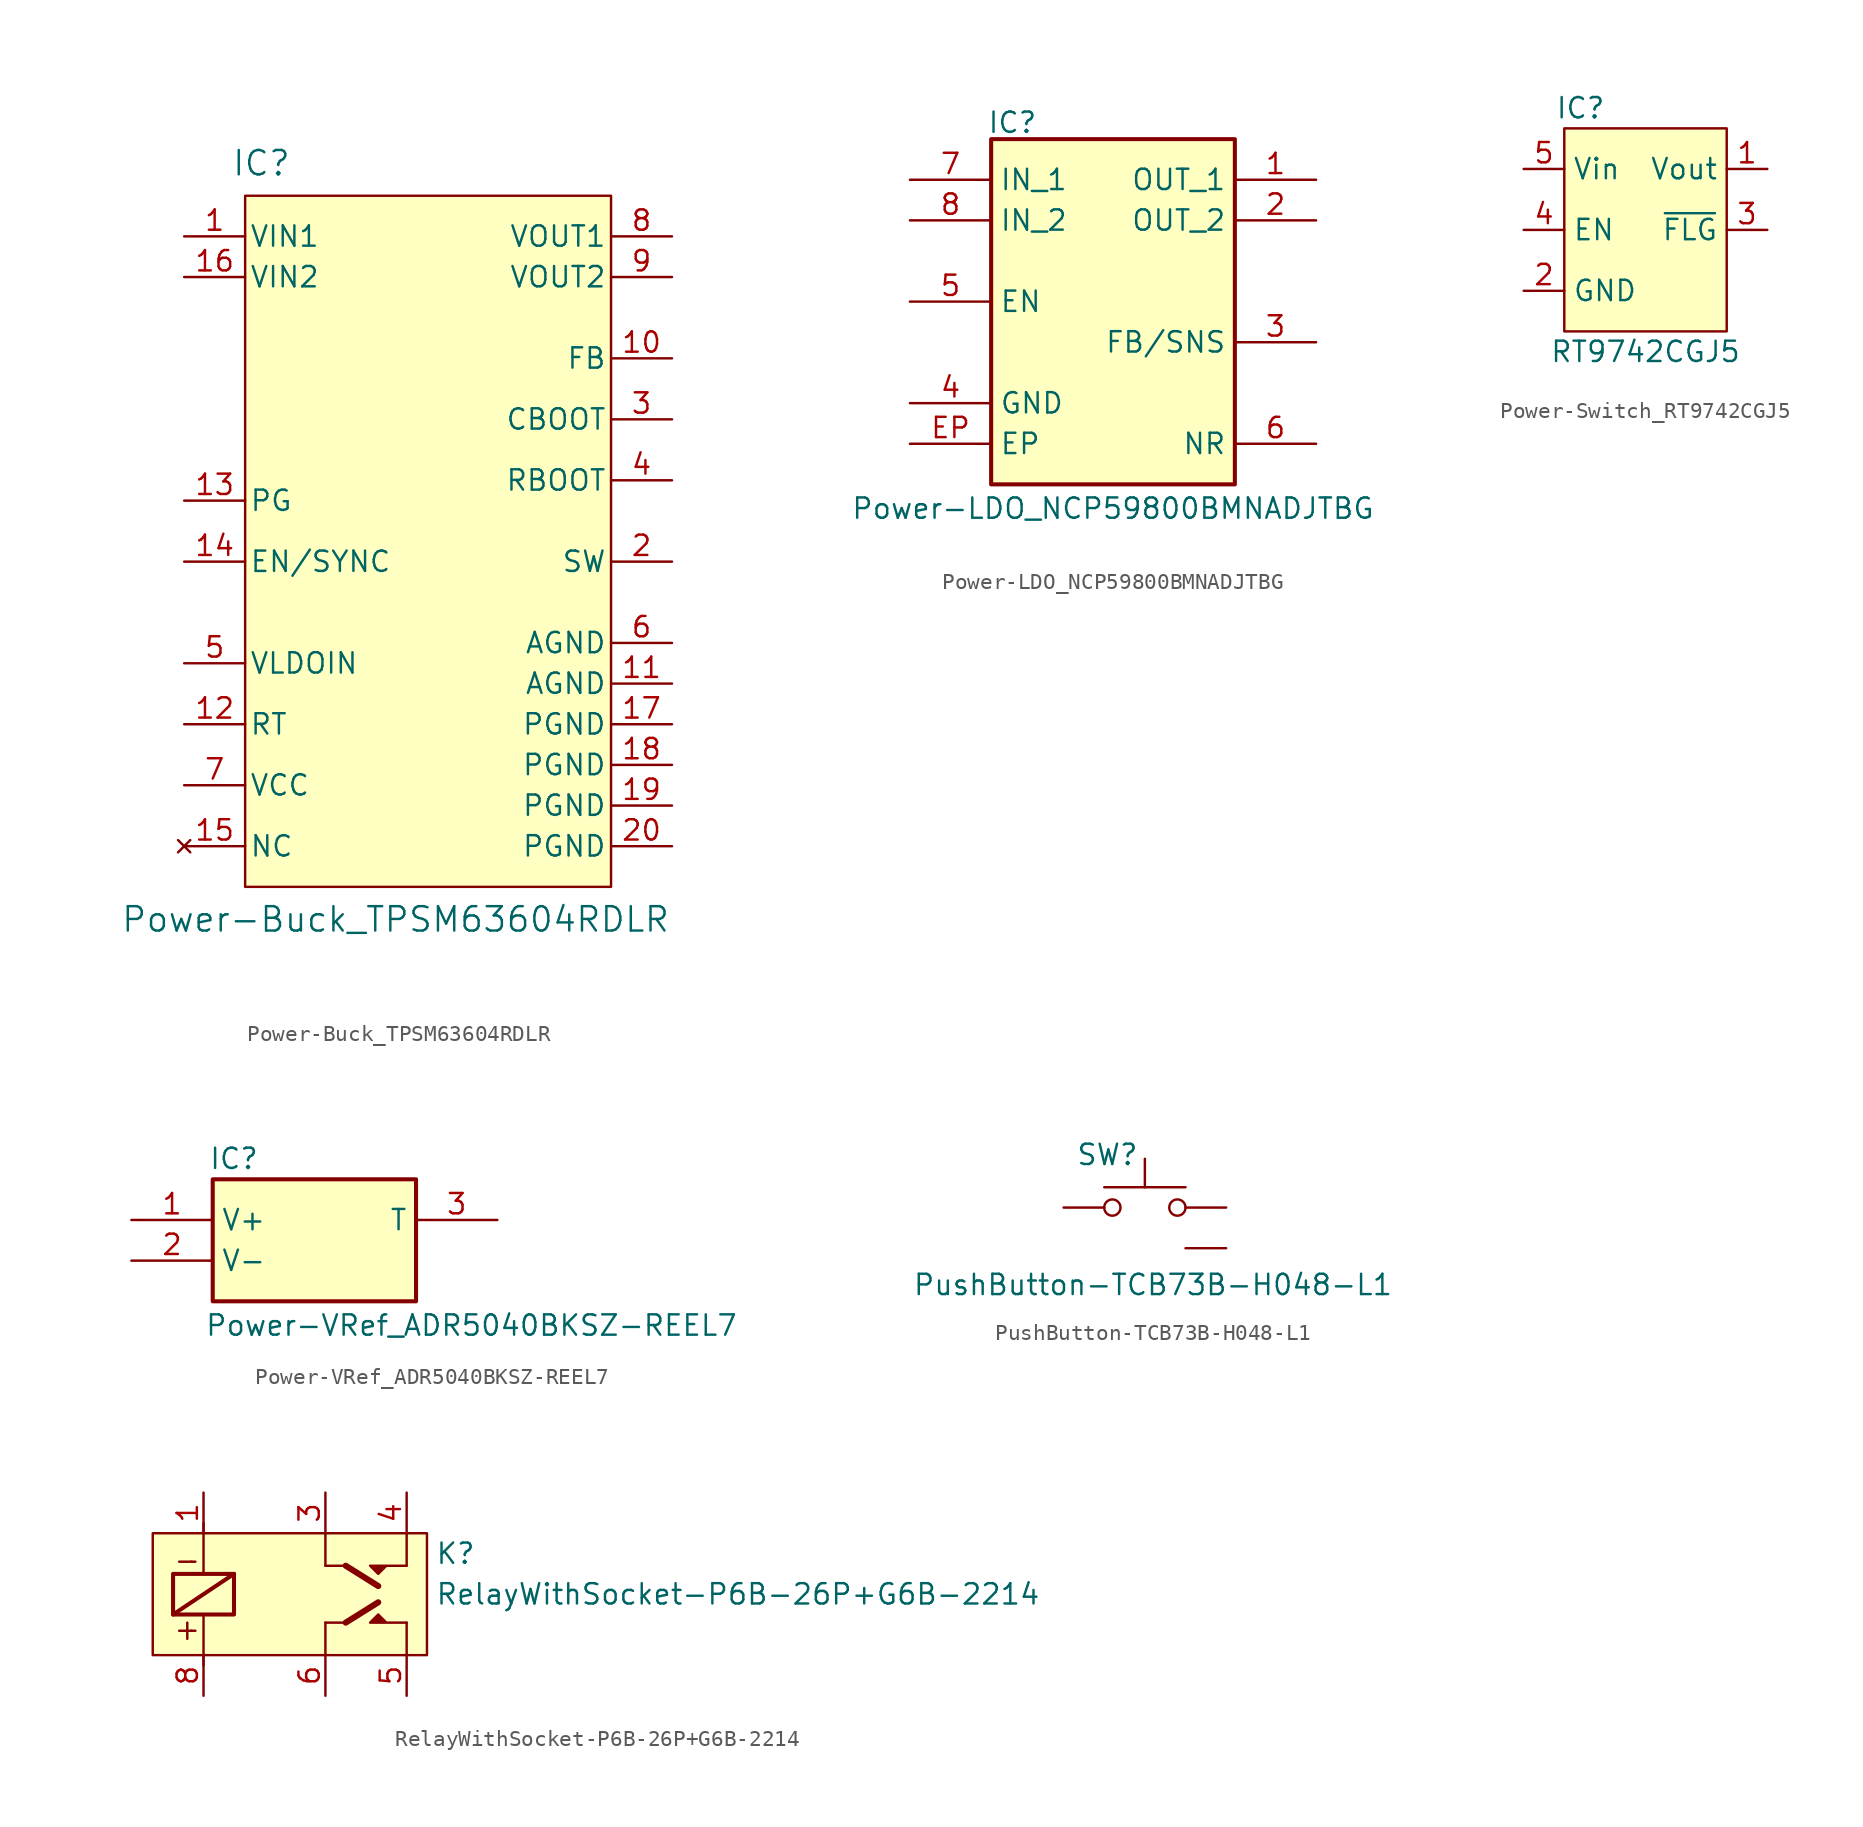
<source format=kicad_sym>
(kicad_symbol_lib
  (version 20231120)
  (generator "kicad_symbol_editor")
  (generator_version "8.0")
  (symbol "Power-Buck_TPSM63604RDLR"
    (pin_names
      (offset 0.254))
    (property "Reference" "IC"
      (at -10.414 23.622 0)
      (effects (font (size 1.524 1.524))))
    (property "Value" "Power-Buck_TPSM63604RDLR"
      (at -2.032 -23.622 0)
      (effects (font (size 1.524 1.524))))
    (symbol "Power-Buck_TPSM63604RDLR_0_1"
      (pin input line (at 15.24 11.43 180) (length 3.81) (name "FB" (effects (font (size 1.27 1.27)))) (number "10" (effects (font (size 1.27 1.27)))))
      (pin power_out line (at 15.24 -8.89 180) (length 3.81) (name "AGND" (effects (font (size 1.27 1.27)))) (number "11" (effects (font (size 1.27 1.27)))))
      (pin input line (at -15.24 -11.43 0) (length 3.81) (name "RT" (effects (font (size 1.27 1.27)))) (number "12" (effects (font (size 1.27 1.27)))))
      (pin output line (at -15.24 2.54 0) (length 3.81) (name "PG" (effects (font (size 1.27 1.27)))) (number "13" (effects (font (size 1.27 1.27)))))
      (pin input line (at -15.24 -1.27 0) (length 3.81) (name "EN/SYNC" (effects (font (size 1.27 1.27)))) (number "14" (effects (font (size 1.27 1.27)))))
      (pin no_connect line (at -15.24 -19.05 0) (length 3.81) (name "NC" (effects (font (size 1.27 1.27)))) (number "15" (effects (font (size 1.27 1.27)))))
      (pin input line (at -15.24 16.51 0) (length 3.81) (name "VIN2" (effects (font (size 1.27 1.27)))) (number "16" (effects (font (size 1.27 1.27)))))
      (pin power_out line (at 15.24 -11.43 180) (length 3.81) (name "PGND" (effects (font (size 1.27 1.27)))) (number "17" (effects (font (size 1.27 1.27)))))
      (pin power_out line (at 15.24 -13.97 180) (length 3.81) (name "PGND" (effects (font (size 1.27 1.27)))) (number "18" (effects (font (size 1.27 1.27)))))
      (pin power_out line (at 15.24 -16.51 180) (length 3.81) (name "PGND" (effects (font (size 1.27 1.27)))) (number "19" (effects (font (size 1.27 1.27)))))
      (pin output line (at 15.24 -1.27 180) (length 3.81) (name "SW" (effects (font (size 1.27 1.27)))) (number "2" (effects (font (size 1.27 1.27)))))
      (pin power_out line (at 15.24 -19.05 180) (length 3.81) (name "PGND" (effects (font (size 1.27 1.27)))) (number "20" (effects (font (size 1.27 1.27)))))
      (pin bidirectional line (at 15.24 7.62 180) (length 3.81) (name "CBOOT" (effects (font (size 1.27 1.27)))) (number "3" (effects (font (size 1.27 1.27)))))
      (pin bidirectional line (at 15.24 3.81 180) (length 3.81) (name "RBOOT" (effects (font (size 1.27 1.27)))) (number "4" (effects (font (size 1.27 1.27)))))
      (pin power_in line (at -15.24 -7.62 0) (length 3.81) (name "VLDOIN" (effects (font (size 1.27 1.27)))) (number "5" (effects (font (size 1.27 1.27)))))
      (pin power_out line (at 15.24 -6.35 180) (length 3.81) (name "AGND" (effects (font (size 1.27 1.27)))) (number "6" (effects (font (size 1.27 1.27)))))
      (pin power_in line (at -15.24 -15.24 0) (length 3.81) (name "VCC" (effects (font (size 1.27 1.27)))) (number "7" (effects (font (size 1.27 1.27)))))
      (pin output line (at 15.24 19.05 180) (length 3.81) (name "VOUT1" (effects (font (size 1.27 1.27)))) (number "8" (effects (font (size 1.27 1.27)))))
      (pin output line (at 15.24 16.51 180) (length 3.81) (name "VOUT2" (effects (font (size 1.27 1.27)))) (number "9" (effects (font (size 1.27 1.27))))))
    (symbol "Power-Buck_TPSM63604RDLR_1_1"
      (rectangle (start -11.43 21.59) (end 11.43 -21.59) (stroke (width 0) (type default)) (fill (type background)))
      (pin input line (at -15.24 19.05 0) (length 3.81) (name "VIN1" (effects (font (size 1.27 1.27)))) (number "1" (effects (font (size 1.27 1.27)))))))
  (symbol "Power-LDO_NCP59800BMNADJTBG"
    (property "Reference" "IC"
      (at -7.874 13.208 0)
      (effects (font (size 1.27 1.27)) (justify left top)))
    (property "Value" "Power-LDO_NCP59800BMNADJTBG"
      (at 0 -10.922 0)
      (effects (font (size 1.27 1.27)) (justify top)))
    (symbol "Power-LDO_NCP59800BMNADJTBG_1_1"
      (rectangle (start -7.62 11.43) (end 7.62 -10.16) (stroke (width 0.254) (type default)) (fill (type background)))
      (pin passive line (at 12.7 8.89 180) (length 5.08) (name "OUT_1" (effects (font (size 1.27 1.27)))) (number "1" (effects (font (size 1.27 1.27)))))
      (pin passive line (at 12.7 6.35 180) (length 5.08) (name "OUT_2" (effects (font (size 1.27 1.27)))) (number "2" (effects (font (size 1.27 1.27)))))
      (pin passive line (at 12.7 -1.27 180) (length 5.08) (name "FB/SNS" (effects (font (size 1.27 1.27)))) (number "3" (effects (font (size 1.27 1.27)))))
      (pin passive line (at -12.7 -5.08 0) (length 5.08) (name "GND" (effects (font (size 1.27 1.27)))) (number "4" (effects (font (size 1.27 1.27)))))
      (pin passive line (at -12.7 1.27 0) (length 5.08) (name "EN" (effects (font (size 1.27 1.27)))) (number "5" (effects (font (size 1.27 1.27)))))
      (pin passive line (at 12.7 -7.62 180) (length 5.08) (name "NR" (effects (font (size 1.27 1.27)))) (number "6" (effects (font (size 1.27 1.27)))))
      (pin passive line (at -12.7 8.89 0) (length 5.08) (name "IN_1" (effects (font (size 1.27 1.27)))) (number "7" (effects (font (size 1.27 1.27)))))
      (pin passive line (at -12.7 6.35 0) (length 5.08) (name "IN_2" (effects (font (size 1.27 1.27)))) (number "8" (effects (font (size 1.27 1.27)))))
      (pin passive line (at -12.7 -7.62 0) (length 5.08) (name "EP" (effects (font (size 1.27 1.27)))) (number "EP" (effects (font (size 1.27 1.27)))))))
  (symbol "Power-Switch_RT9742CGJ5"
    (property "Reference" "IC"
      (at -4.064 7.62 0)
      (effects (font (size 1.27 1.27))))
    (property "Value" "RT9742CGJ5"
      (at 0 -7.62 0)
      (effects (font (size 1.27 1.27))))
    (symbol "Power-Switch_RT9742CGJ5_1_1"
      (rectangle (start -5.08 6.35) (end 5.08 -6.35) (stroke (width 0) (type default)) (fill (type background)))
      (pin power_out line (at 7.62 3.81 180) (length 2.54) (name "Vout" (effects (font (size 1.27 1.27)))) (number "1" (effects (font (size 1.27 1.27)))))
      (pin power_in line (at -7.62 -3.81 0) (length 2.54) (name "GND" (effects (font (size 1.27 1.27)))) (number "2" (effects (font (size 1.27 1.27)))))
      (pin open_collector line (at 7.62 0 180) (length 2.54) (name "~{FLG}" (effects (font (size 1.27 1.27)))) (number "3" (effects (font (size 1.27 1.27)))))
      (pin input line (at -7.62 0 0) (length 2.54) (name "EN" (effects (font (size 1.27 1.27)))) (number "4" (effects (font (size 1.27 1.27)))))
      (pin power_in line (at -7.62 3.81 0) (length 2.54) (name "Vin" (effects (font (size 1.27 1.27)))) (number "5" (effects (font (size 1.27 1.27)))))))
  (symbol "Power-VRef_ADR5040BKSZ-REEL7"
    (property "Reference" "IC"
      (at -6.604 5.842 0)
      (effects (font (size 1.27 1.27)) (justify left top)))
    (property "Value" "Power-VRef_ADR5040BKSZ-REEL7"
      (at -6.858 -4.572 0)
      (effects (font (size 1.27 1.27)) (justify left top)))
    (symbol "Power-VRef_ADR5040BKSZ-REEL7_1_1"
      (rectangle (start -6.35 3.81) (end 6.35 -3.81) (stroke (width 0.254) (type default)) (fill (type background)))
      (pin passive line (at -11.43 1.27 0) (length 5.08) (name "V+" (effects (font (size 1.27 1.27)))) (number "1" (effects (font (size 1.27 1.27)))))
      (pin passive line (at -11.43 -1.27 0) (length 5.08) (name "V-" (effects (font (size 1.27 1.27)))) (number "2" (effects (font (size 1.27 1.27)))))
      (pin passive line (at 11.43 1.27 180) (length 5.08) (name "T" (effects (font (size 1.27 1.27)))) (number "3" (effects (font (size 1.27 1.27)))))))
  (symbol "PushButton-TCB73B-H048-L1"
    (pin_numbers hide)
    (pin_names
      (offset 1.016) hide)
    (property "Reference" "SW"
      (at -4.318 3.302 0)
      (effects (font (size 1.27 1.27)) (justify left)))
    (property "Value" "PushButton-TCB73B-H048-L1"
      (at 0.508 -4.826 0)
      (effects (font (size 1.27 1.27))))
    (symbol "PushButton-TCB73B-H048-L1_0_1"
      (circle (center -2.032 0) (radius 0.508) (stroke (width 0) (type default)) (fill (type none)))
      (polyline (pts (xy 0 1.27) (xy 0 3.048)) (stroke (width 0) (type default)) (fill (type none)))
      (polyline (pts (xy 2.54 1.27) (xy -2.54 1.27)) (stroke (width 0) (type default)) (fill (type none)))
      (circle (center 2.032 0) (radius 0.508) (stroke (width 0) (type default)) (fill (type none)))
      (pin passive line (at -5.08 0 0) (length 2.54) (name "1" (effects (font (size 1.27 1.27)))) (number "1" (effects (font (size 1.27 1.27)))))
      (pin passive line (at 5.08 0 180) (length 2.54) (name "2" (effects (font (size 1.27 1.27)))) (number "2" (effects (font (size 1.27 1.27)))))
      (pin passive line (at 5.08 -2.54 180) (length 2.54) (name "3" (effects (font (size 1.27 1.27)))) (number "3" (effects (font (size 1.27 1.27)))))))
  (symbol "RelayWithSocket-P6B-26P+G6B-2214"
    (property "Reference" "K"
      (at 8.128 2.54 0)
      (effects (font (size 1.27 1.27)) (justify left)))
    (property "Value" "RelayWithSocket-P6B-26P+G6B-2214"
      (at 8.128 0 0)
      (effects (font (size 1.27 1.27)) (justify left)))
    (symbol "RelayWithSocket-P6B-26P+G6B-2214_0_1"
      (rectangle (start -8.255 1.27) (end -4.445 -1.27) (stroke (width 0.254) (type default)) (fill (type none)))
      (polyline (pts (xy -8.255 -1.27) (xy -4.445 1.27)) (stroke (width 0.254) (type default)) (fill (type none)))
      (polyline (pts (xy -7.874 -2.286) (xy -7.112 -2.286)) (stroke (width 0) (type default)) (fill (type none)))
      (polyline (pts (xy -7.874 2.032) (xy -7.112 2.032)) (stroke (width 0) (type default)) (fill (type none)))
      (polyline (pts (xy -7.366 -1.778) (xy -7.366 -2.794)) (stroke (width 0) (type default)) (fill (type none)))
      (polyline (pts (xy -7.112 -2.286) (xy -6.858 -2.286)) (stroke (width 0) (type default)) (fill (type none)))
      (polyline (pts (xy -7.112 2.032) (xy -6.858 2.032)) (stroke (width 0) (type default)) (fill (type none)))
      (polyline (pts (xy -6.35 -4.445) (xy -6.35 -1.27)) (stroke (width 0) (type default)) (fill (type none)))
      (polyline (pts (xy -6.35 4.445) (xy -6.35 1.27)) (stroke (width 0) (type default)) (fill (type none)))
      (polyline (pts (xy 1.27 -3.81) (xy 1.27 -1.778)) (stroke (width 0) (type default)) (fill (type none)))
      (polyline (pts (xy 1.27 3.81) (xy 1.27 1.778)) (stroke (width 0) (type default)) (fill (type none)))
      (polyline (pts (xy 2.54 -1.778) (xy 1.27 -1.778)) (stroke (width 0) (type default)) (fill (type none)))
      (polyline (pts (xy 2.54 -1.778) (xy 4.572 -0.508)) (stroke (width 0.381) (type default)) (fill (type none)))
      (polyline (pts (xy 2.54 1.778) (xy 1.27 1.778)) (stroke (width 0) (type default)) (fill (type none)))
      (polyline (pts (xy 2.54 1.778) (xy 4.572 0.508)) (stroke (width 0.381) (type default)) (fill (type none)))
      (polyline (pts (xy 6.35 -3.81) (xy 6.35 -1.778)) (stroke (width 0) (type default)) (fill (type none)))
      (polyline (pts (xy 6.35 3.81) (xy 6.35 1.778)) (stroke (width 0) (type default)) (fill (type none))))
    (symbol "RelayWithSocket-P6B-26P+G6B-2214_1_1"
      (rectangle (start -9.525 3.81) (end 7.62 -3.81) (stroke (width 0) (type default)) (fill (type background)))
      (polyline (pts (xy 6.35 -1.778) (xy 4.064 -1.778) (xy 4.572 -1.27) (xy 5.08 -1.778)) (stroke (width 0) (type default)) (fill (type outline)))
      (polyline (pts (xy 6.35 1.778) (xy 4.064 1.778) (xy 4.572 1.27) (xy 5.08 1.778)) (stroke (width 0) (type default)) (fill (type outline)))
      (pin passive line (at -6.35 6.35 270) (length 2.54) (name "~" (effects (font (size 1.27 1.27)))) (number "1" (effects (font (size 1.27 1.27)))))
      (pin passive line (at 1.27 6.35 270) (length 2.54) (name "~" (effects (font (size 1.27 1.27)))) (number "3" (effects (font (size 1.27 1.27)))))
      (pin passive line (at 6.35 6.35 270) (length 2.54) (name "~" (effects (font (size 1.27 1.27)))) (number "4" (effects (font (size 1.27 1.27)))))
      (pin passive line (at 6.35 -6.35 90) (length 2.54) (name "~" (effects (font (size 1.27 1.27)))) (number "5" (effects (font (size 1.27 1.27)))))
      (pin passive line (at 1.27 -6.35 90) (length 2.54) (name "~" (effects (font (size 1.27 1.27)))) (number "6" (effects (font (size 1.27 1.27)))))
      (pin passive line (at -6.35 -6.35 90) (length 2.54) (name "~" (effects (font (size 1.27 1.27)))) (number "8" (effects (font (size 1.27 1.27))))))))
</source>
